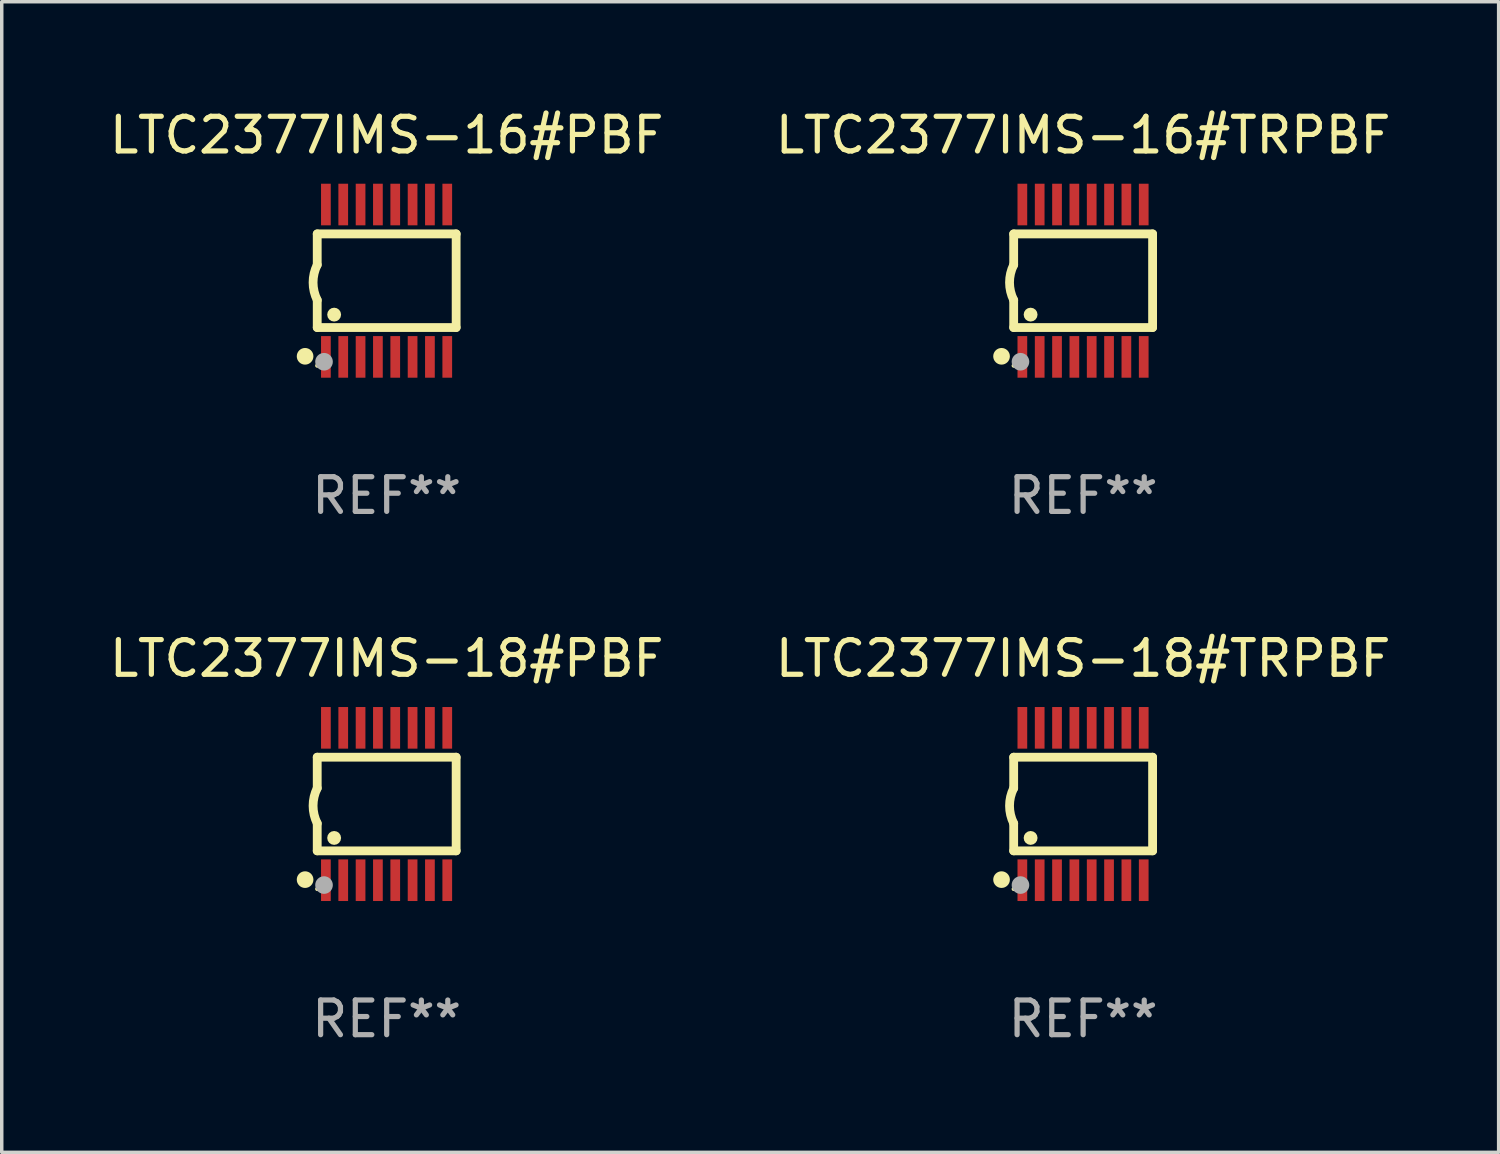
<source format=kicad_pcb>
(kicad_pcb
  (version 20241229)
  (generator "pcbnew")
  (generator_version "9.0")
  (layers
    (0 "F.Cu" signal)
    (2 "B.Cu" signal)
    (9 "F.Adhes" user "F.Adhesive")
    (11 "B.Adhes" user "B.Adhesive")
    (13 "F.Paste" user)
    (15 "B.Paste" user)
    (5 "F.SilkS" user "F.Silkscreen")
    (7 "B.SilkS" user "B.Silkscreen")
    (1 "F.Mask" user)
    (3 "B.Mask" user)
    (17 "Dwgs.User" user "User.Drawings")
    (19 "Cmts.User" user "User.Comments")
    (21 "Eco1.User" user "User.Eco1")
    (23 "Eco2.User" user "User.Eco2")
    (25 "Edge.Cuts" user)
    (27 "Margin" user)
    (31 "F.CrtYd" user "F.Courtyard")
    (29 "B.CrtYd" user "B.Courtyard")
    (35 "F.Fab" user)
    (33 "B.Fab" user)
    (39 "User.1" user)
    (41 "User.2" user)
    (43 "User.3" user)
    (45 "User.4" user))
  (footprint "LTC2377IMS-18#PBF"
    (layer "F.Cu")
    (at 8.101 20.136)
    (property "Reference" "LTC2377IMS-18#PBF" (at 0 -4.197 0) (layer "F.SilkS") (effects (font (size 1 1) (thickness 0.15))))
    (attr through_hole)
    (fp_line (start -2.003 -1.35) (end -2.003 -0.457) (stroke (width 0.254) (type solid)) (layer "F.SilkS"))
    (fp_line (start -2.003 -1.35) (end 2.003 -1.35) (stroke (width 0.254) (type solid)) (layer "F.SilkS"))
    (fp_line (start -2.003 1.35) (end -2.003 0.559) (stroke (width 0.254) (type solid)) (layer "F.SilkS"))
    (fp_line (start -2.003 1.35) (end 2.003 1.35) (stroke (width 0.254) (type solid)) (layer "F.SilkS"))
    (fp_line (start 2.003 -1.35) (end 2.003 1.35) (stroke (width 0.254) (type solid)) (layer "F.SilkS"))
    (fp_arc (start -2.002286 0.558802) (mid -2.122556 0.05092) (end -2.003302 -0.457201) (stroke (width 0.254001) (type solid)) (layer "F.SilkS"))
    (fp_circle (center -2.353 2.18) (end -2.233 2.18) (stroke (width 0.24) (type solid)) (fill no) (layer "F.SilkS"))
    (fp_circle (center -2.003 2.45) (end -1.973 2.45) (stroke (width 0.06) (type solid)) (fill no) (layer "F.SilkS"))
    (fp_circle (center -1.515 0.978) (end -1.415 0.978) (stroke (width 0.2) (type solid)) (fill no) (layer "F.SilkS"))
    (fp_circle (center -1.807 2.337) (end -1.68 2.337) (stroke (width 0.254) (type solid)) (fill no) (layer "F.Fab"))
    (fp_text user "REF**" (at 0 6.197 0) (layer "F.Fab") (effects (font (size 1 1) (thickness 0.15))))
    (pad "1" smd rect (at -1.753 2.197 90) (size 1.2 0.28) (layers "F.Cu" "F.Mask" "F.Paste"))
    (pad "2" smd rect (at -1.253 2.197 90) (size 1.2 0.28) (layers "F.Cu" "F.Mask" "F.Paste"))
    (pad "3" smd rect (at -0.753 2.197 90) (size 1.2 0.28) (layers "F.Cu" "F.Mask" "F.Paste"))
    (pad "4" smd rect (at -0.253 2.197 90) (size 1.2 0.28) (layers "F.Cu" "F.Mask" "F.Paste"))
    (pad "5" smd rect (at 0.247 2.197 90) (size 1.2 0.28) (layers "F.Cu" "F.Mask" "F.Paste"))
    (pad "6" smd rect (at 0.747 2.197 90) (size 1.2 0.28) (layers "F.Cu" "F.Mask" "F.Paste"))
    (pad "7" smd rect (at 1.247 2.197 90) (size 1.2 0.28) (layers "F.Cu" "F.Mask" "F.Paste"))
    (pad "8" smd rect (at 1.747 2.197 90) (size 1.2 0.28) (layers "F.Cu" "F.Mask" "F.Paste"))
    (pad "9" smd rect (at 1.747 -2.197 90) (size 1.2 0.28) (layers "F.Cu" "F.Mask" "F.Paste"))
    (pad "10" smd rect (at 1.247 -2.197 90) (size 1.2 0.28) (layers "F.Cu" "F.Mask" "F.Paste"))
    (pad "11" smd rect (at 0.747 -2.197 90) (size 1.2 0.28) (layers "F.Cu" "F.Mask" "F.Paste"))
    (pad "12" smd rect (at 0.247 -2.197 90) (size 1.2 0.28) (layers "F.Cu" "F.Mask" "F.Paste"))
    (pad "13" smd rect (at -0.253 -2.197 90) (size 1.2 0.28) (layers "F.Cu" "F.Mask" "F.Paste"))
    (pad "14" smd rect (at -0.753 -2.197 90) (size 1.2 0.28) (layers "F.Cu" "F.Mask" "F.Paste"))
    (pad "15" smd rect (at -1.253 -2.197 90) (size 1.2 0.28) (layers "F.Cu" "F.Mask" "F.Paste"))
    (pad "16" smd rect (at -1.753 -2.197 90) (size 1.2 0.28) (layers "F.Cu" "F.Mask" "F.Paste")))
  (footprint "LTC2377IMS-16#TRPBF"
    (layer "F.Cu")
    (at 28.185 5.045)
    (property "Reference" "LTC2377IMS-16#TRPBF" (at 0 -4.197 0) (layer "F.SilkS") (effects (font (size 1 1) (thickness 0.15))))
    (attr through_hole)
    (fp_line (start -2.003 -1.35) (end -2.003 -0.457) (stroke (width 0.254) (type solid)) (layer "F.SilkS"))
    (fp_line (start -2.003 -1.35) (end 2.003 -1.35) (stroke (width 0.254) (type solid)) (layer "F.SilkS"))
    (fp_line (start -2.003 1.35) (end -2.003 0.559) (stroke (width 0.254) (type solid)) (layer "F.SilkS"))
    (fp_line (start -2.003 1.35) (end 2.003 1.35) (stroke (width 0.254) (type solid)) (layer "F.SilkS"))
    (fp_line (start 2.003 -1.35) (end 2.003 1.35) (stroke (width 0.254) (type solid)) (layer "F.SilkS"))
    (fp_arc (start -2.002286 0.558802) (mid -2.122556 0.05092) (end -2.003302 -0.457201) (stroke (width 0.254001) (type solid)) (layer "F.SilkS"))
    (fp_circle (center -2.353 2.18) (end -2.233 2.18) (stroke (width 0.24) (type solid)) (fill no) (layer "F.SilkS"))
    (fp_circle (center -2.003 2.45) (end -1.973 2.45) (stroke (width 0.06) (type solid)) (fill no) (layer "F.SilkS"))
    (fp_circle (center -1.515 0.978) (end -1.415 0.978) (stroke (width 0.2) (type solid)) (fill no) (layer "F.SilkS"))
    (fp_circle (center -1.807 2.337) (end -1.68 2.337) (stroke (width 0.254) (type solid)) (fill no) (layer "F.Fab"))
    (fp_text user "REF**" (at 0 6.197 0) (layer "F.Fab") (effects (font (size 1 1) (thickness 0.15))))
    (pad "1" smd rect (at -1.753 2.197 90) (size 1.2 0.28) (layers "F.Cu" "F.Mask" "F.Paste"))
    (pad "2" smd rect (at -1.253 2.197 90) (size 1.2 0.28) (layers "F.Cu" "F.Mask" "F.Paste"))
    (pad "3" smd rect (at -0.753 2.197 90) (size 1.2 0.28) (layers "F.Cu" "F.Mask" "F.Paste"))
    (pad "4" smd rect (at -0.253 2.197 90) (size 1.2 0.28) (layers "F.Cu" "F.Mask" "F.Paste"))
    (pad "5" smd rect (at 0.247 2.197 90) (size 1.2 0.28) (layers "F.Cu" "F.Mask" "F.Paste"))
    (pad "6" smd rect (at 0.747 2.197 90) (size 1.2 0.28) (layers "F.Cu" "F.Mask" "F.Paste"))
    (pad "7" smd rect (at 1.247 2.197 90) (size 1.2 0.28) (layers "F.Cu" "F.Mask" "F.Paste"))
    (pad "8" smd rect (at 1.747 2.197 90) (size 1.2 0.28) (layers "F.Cu" "F.Mask" "F.Paste"))
    (pad "9" smd rect (at 1.747 -2.197 90) (size 1.2 0.28) (layers "F.Cu" "F.Mask" "F.Paste"))
    (pad "10" smd rect (at 1.247 -2.197 90) (size 1.2 0.28) (layers "F.Cu" "F.Mask" "F.Paste"))
    (pad "11" smd rect (at 0.747 -2.197 90) (size 1.2 0.28) (layers "F.Cu" "F.Mask" "F.Paste"))
    (pad "12" smd rect (at 0.247 -2.197 90) (size 1.2 0.28) (layers "F.Cu" "F.Mask" "F.Paste"))
    (pad "13" smd rect (at -0.253 -2.197 90) (size 1.2 0.28) (layers "F.Cu" "F.Mask" "F.Paste"))
    (pad "14" smd rect (at -0.753 -2.197 90) (size 1.2 0.28) (layers "F.Cu" "F.Mask" "F.Paste"))
    (pad "15" smd rect (at -1.253 -2.197 90) (size 1.2 0.28) (layers "F.Cu" "F.Mask" "F.Paste"))
    (pad "16" smd rect (at -1.753 -2.197 90) (size 1.2 0.28) (layers "F.Cu" "F.Mask" "F.Paste")))
  (footprint "LTC2377IMS-16#PBF"
    (layer "F.Cu")
    (at 8.101 5.045)
    (property "Reference" "LTC2377IMS-16#PBF" (at 0 -4.197 0) (layer "F.SilkS") (effects (font (size 1 1) (thickness 0.15))))
    (attr through_hole)
    (fp_line (start -2.003 -1.35) (end -2.003 -0.457) (stroke (width 0.254) (type solid)) (layer "F.SilkS"))
    (fp_line (start -2.003 -1.35) (end 2.003 -1.35) (stroke (width 0.254) (type solid)) (layer "F.SilkS"))
    (fp_line (start -2.003 1.35) (end -2.003 0.559) (stroke (width 0.254) (type solid)) (layer "F.SilkS"))
    (fp_line (start -2.003 1.35) (end 2.003 1.35) (stroke (width 0.254) (type solid)) (layer "F.SilkS"))
    (fp_line (start 2.003 -1.35) (end 2.003 1.35) (stroke (width 0.254) (type solid)) (layer "F.SilkS"))
    (fp_arc (start -2.002286 0.558802) (mid -2.122556 0.05092) (end -2.003302 -0.457201) (stroke (width 0.254001) (type solid)) (layer "F.SilkS"))
    (fp_circle (center -2.353 2.18) (end -2.233 2.18) (stroke (width 0.24) (type solid)) (fill no) (layer "F.SilkS"))
    (fp_circle (center -2.003 2.45) (end -1.973 2.45) (stroke (width 0.06) (type solid)) (fill no) (layer "F.SilkS"))
    (fp_circle (center -1.515 0.978) (end -1.415 0.978) (stroke (width 0.2) (type solid)) (fill no) (layer "F.SilkS"))
    (fp_circle (center -1.807 2.337) (end -1.68 2.337) (stroke (width 0.254) (type solid)) (fill no) (layer "F.Fab"))
    (fp_text user "REF**" (at 0 6.197 0) (layer "F.Fab") (effects (font (size 1 1) (thickness 0.15))))
    (pad "1" smd rect (at -1.753 2.197 90) (size 1.2 0.28) (layers "F.Cu" "F.Mask" "F.Paste"))
    (pad "2" smd rect (at -1.253 2.197 90) (size 1.2 0.28) (layers "F.Cu" "F.Mask" "F.Paste"))
    (pad "3" smd rect (at -0.753 2.197 90) (size 1.2 0.28) (layers "F.Cu" "F.Mask" "F.Paste"))
    (pad "4" smd rect (at -0.253 2.197 90) (size 1.2 0.28) (layers "F.Cu" "F.Mask" "F.Paste"))
    (pad "5" smd rect (at 0.247 2.197 90) (size 1.2 0.28) (layers "F.Cu" "F.Mask" "F.Paste"))
    (pad "6" smd rect (at 0.747 2.197 90) (size 1.2 0.28) (layers "F.Cu" "F.Mask" "F.Paste"))
    (pad "7" smd rect (at 1.247 2.197 90) (size 1.2 0.28) (layers "F.Cu" "F.Mask" "F.Paste"))
    (pad "8" smd rect (at 1.747 2.197 90) (size 1.2 0.28) (layers "F.Cu" "F.Mask" "F.Paste"))
    (pad "9" smd rect (at 1.747 -2.197 90) (size 1.2 0.28) (layers "F.Cu" "F.Mask" "F.Paste"))
    (pad "10" smd rect (at 1.247 -2.197 90) (size 1.2 0.28) (layers "F.Cu" "F.Mask" "F.Paste"))
    (pad "11" smd rect (at 0.747 -2.197 90) (size 1.2 0.28) (layers "F.Cu" "F.Mask" "F.Paste"))
    (pad "12" smd rect (at 0.247 -2.197 90) (size 1.2 0.28) (layers "F.Cu" "F.Mask" "F.Paste"))
    (pad "13" smd rect (at -0.253 -2.197 90) (size 1.2 0.28) (layers "F.Cu" "F.Mask" "F.Paste"))
    (pad "14" smd rect (at -0.753 -2.197 90) (size 1.2 0.28) (layers "F.Cu" "F.Mask" "F.Paste"))
    (pad "15" smd rect (at -1.253 -2.197 90) (size 1.2 0.28) (layers "F.Cu" "F.Mask" "F.Paste"))
    (pad "16" smd rect (at -1.753 -2.197 90) (size 1.2 0.28) (layers "F.Cu" "F.Mask" "F.Paste")))
  (footprint "LTC2377IMS-18#TRPBF"
    (layer "F.Cu")
    (at 28.185 20.136)
    (property "Reference" "LTC2377IMS-18#TRPBF" (at 0 -4.197 0) (layer "F.SilkS") (effects (font (size 1 1) (thickness 0.15))))
    (attr through_hole)
    (fp_line (start -2.003 -1.35) (end -2.003 -0.457) (stroke (width 0.254) (type solid)) (layer "F.SilkS"))
    (fp_line (start -2.003 -1.35) (end 2.003 -1.35) (stroke (width 0.254) (type solid)) (layer "F.SilkS"))
    (fp_line (start -2.003 1.35) (end -2.003 0.559) (stroke (width 0.254) (type solid)) (layer "F.SilkS"))
    (fp_line (start -2.003 1.35) (end 2.003 1.35) (stroke (width 0.254) (type solid)) (layer "F.SilkS"))
    (fp_line (start 2.003 -1.35) (end 2.003 1.35) (stroke (width 0.254) (type solid)) (layer "F.SilkS"))
    (fp_arc (start -2.002286 0.558802) (mid -2.122556 0.05092) (end -2.003302 -0.457201) (stroke (width 0.254001) (type solid)) (layer "F.SilkS"))
    (fp_circle (center -2.353 2.18) (end -2.233 2.18) (stroke (width 0.24) (type solid)) (fill no) (layer "F.SilkS"))
    (fp_circle (center -2.003 2.45) (end -1.973 2.45) (stroke (width 0.06) (type solid)) (fill no) (layer "F.SilkS"))
    (fp_circle (center -1.515 0.978) (end -1.415 0.978) (stroke (width 0.2) (type solid)) (fill no) (layer "F.SilkS"))
    (fp_circle (center -1.807 2.337) (end -1.68 2.337) (stroke (width 0.254) (type solid)) (fill no) (layer "F.Fab"))
    (fp_text user "REF**" (at 0 6.197 0) (layer "F.Fab") (effects (font (size 1 1) (thickness 0.15))))
    (pad "1" smd rect (at -1.753 2.197 90) (size 1.2 0.28) (layers "F.Cu" "F.Mask" "F.Paste"))
    (pad "2" smd rect (at -1.253 2.197 90) (size 1.2 0.28) (layers "F.Cu" "F.Mask" "F.Paste"))
    (pad "3" smd rect (at -0.753 2.197 90) (size 1.2 0.28) (layers "F.Cu" "F.Mask" "F.Paste"))
    (pad "4" smd rect (at -0.253 2.197 90) (size 1.2 0.28) (layers "F.Cu" "F.Mask" "F.Paste"))
    (pad "5" smd rect (at 0.247 2.197 90) (size 1.2 0.28) (layers "F.Cu" "F.Mask" "F.Paste"))
    (pad "6" smd rect (at 0.747 2.197 90) (size 1.2 0.28) (layers "F.Cu" "F.Mask" "F.Paste"))
    (pad "7" smd rect (at 1.247 2.197 90) (size 1.2 0.28) (layers "F.Cu" "F.Mask" "F.Paste"))
    (pad "8" smd rect (at 1.747 2.197 90) (size 1.2 0.28) (layers "F.Cu" "F.Mask" "F.Paste"))
    (pad "9" smd rect (at 1.747 -2.197 90) (size 1.2 0.28) (layers "F.Cu" "F.Mask" "F.Paste"))
    (pad "10" smd rect (at 1.247 -2.197 90) (size 1.2 0.28) (layers "F.Cu" "F.Mask" "F.Paste"))
    (pad "11" smd rect (at 0.747 -2.197 90) (size 1.2 0.28) (layers "F.Cu" "F.Mask" "F.Paste"))
    (pad "12" smd rect (at 0.247 -2.197 90) (size 1.2 0.28) (layers "F.Cu" "F.Mask" "F.Paste"))
    (pad "13" smd rect (at -0.253 -2.197 90) (size 1.2 0.28) (layers "F.Cu" "F.Mask" "F.Paste"))
    (pad "14" smd rect (at -0.753 -2.197 90) (size 1.2 0.28) (layers "F.Cu" "F.Mask" "F.Paste"))
    (pad "15" smd rect (at -1.253 -2.197 90) (size 1.2 0.28) (layers "F.Cu" "F.Mask" "F.Paste"))
    (pad "16" smd rect (at -1.753 -2.197 90) (size 1.2 0.28) (layers "F.Cu" "F.Mask" "F.Paste")))
  (gr_rect
    (start -3 -3)
    (end 40.167 30.181)
    (stroke (width 0.1) (type default))
    (fill no)
    (layer "Edge.Cuts")))
</source>
